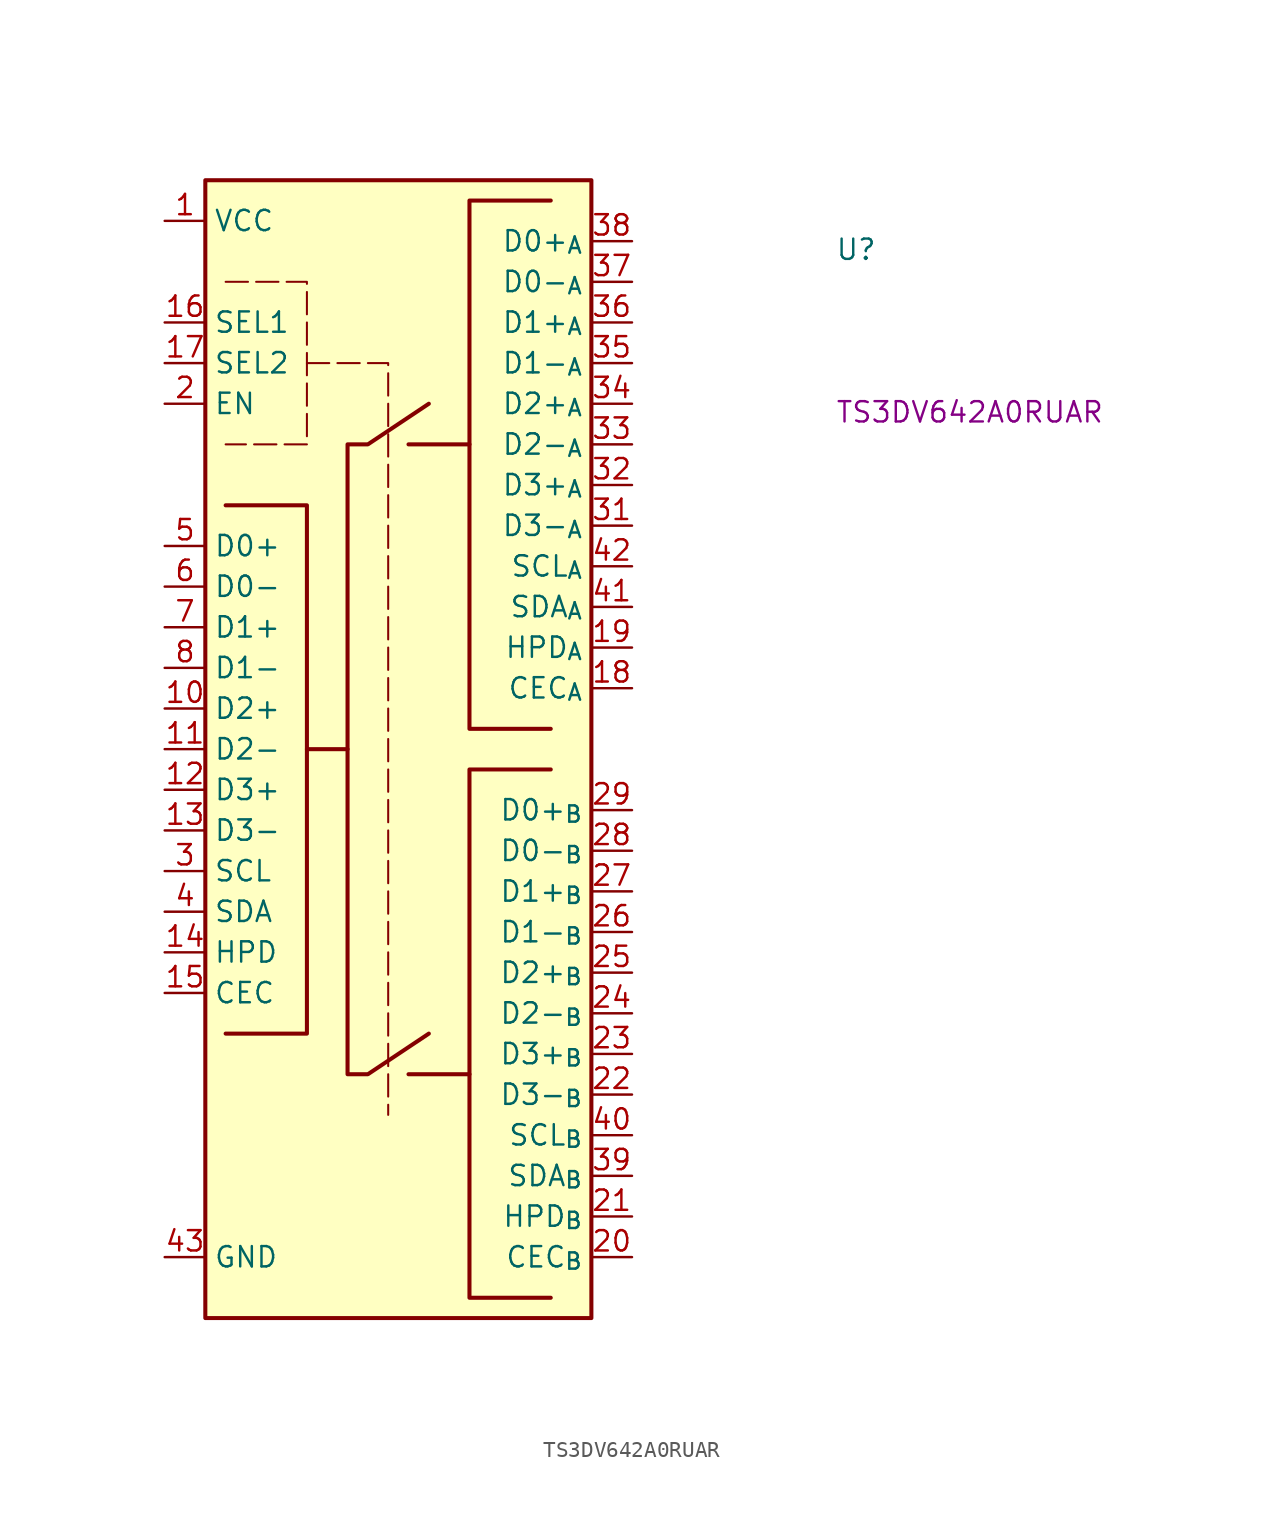
<source format=kicad_sym>
(kicad_symbol_lib
  (version 20220914)
  (generator kicad_symbol_editor)
  (symbol "TS3DV642A0RUAR"
    (property "Reference" "U"
      (at 41.91 -2.54 0)
      (effects (font (size 1.27 1.27) (thickness 0.15)) (justify left bottom)))
    (property "MPN" "TS3DV642A0RUAR"
      (at 41.91 -12.7 0)
      (effects (font (size 1.27 1.27) (thickness 0.15)) (justify left bottom)))
    (symbol "TS3DV642A0RUAR_0_1"
      (polyline (pts (xy 3.81 -17.78) (xy 8.89 -17.78) (xy 8.89 -50.8) (xy 3.81 -50.8)) (stroke (width 0.254) (type default)) (fill (type none)))
      (polyline (pts (xy 24.13 -67.31) (xy 19.05 -67.31) (xy 19.05 -34.29) (xy 24.13 -34.29)) (stroke (width 0.254) (type default)) (fill (type none)))
      (polyline (pts (xy 24.13 -31.75) (xy 19.05 -31.75) (xy 19.05 1.27) (xy 24.13 1.27)) (stroke (width 0.254) (type default)) (fill (type none))))
    (symbol "TS3DV642A0RUAR_1_1"
      (polyline (pts (xy 19.05 -53.34) (xy 15.24 -53.34)) (stroke (width 0.254) (type default)) (fill (type none)))
      (polyline (pts (xy 19.05 -13.97) (xy 15.24 -13.97)) (stroke (width 0.254) (type default)) (fill (type none)))
      (polyline (pts (xy 8.89 -8.89) (xy 13.97 -8.89) (xy 13.97 -55.88)) (stroke (width 0.127) (type dash)) (fill (type none)))
      (polyline (pts (xy 3.81 -3.81) (xy 8.89 -3.81) (xy 8.89 -13.97) (xy 3.81 -13.97)) (stroke (width 0.127) (type dash)) (fill (type none)))
      (polyline (pts (xy 11.43 -33.02) (xy 11.43 -53.34) (xy 12.7 -53.34) (xy 16.51 -50.8)) (stroke (width 0.254) (type default)) (fill (type none)))
      (polyline (pts (xy 8.89 -33.02) (xy 11.43 -33.02) (xy 11.43 -13.97) (xy 12.7 -13.97) (xy 16.51 -11.43)) (stroke (width 0.254) (type default)) (fill (type none)))
      (rectangle (start 2.54 2.54) (end 26.67 -68.58) (stroke (width 0.254) (type default)) (fill (type background)))
      (pin power_in line (at 0 0 0) (length 2.54) (name "VCC" (effects (font (size 1.27 1.27)))) (number "1" (effects (font (size 1.27 1.27)))))
      (pin bidirectional line (at 0 -30.48 0) (length 2.54) (name "D2+" (effects (font (size 1.27 1.27)))) (number "10" (effects (font (size 1.27 1.27)))))
      (pin bidirectional line (at 0 -33.02 0) (length 2.54) (name "D2-" (effects (font (size 1.27 1.27)))) (number "11" (effects (font (size 1.27 1.27)))))
      (pin bidirectional line (at 0 -35.56 0) (length 2.54) (name "D3+" (effects (font (size 1.27 1.27)))) (number "12" (effects (font (size 1.27 1.27)))))
      (pin bidirectional line (at 0 -38.1 0) (length 2.54) (name "D3-" (effects (font (size 1.27 1.27)))) (number "13" (effects (font (size 1.27 1.27)))))
      (pin bidirectional line (at 0 -45.72 0) (length 2.54) (name "HPD" (effects (font (size 1.27 1.27)))) (number "14" (effects (font (size 1.27 1.27)))))
      (pin bidirectional line (at 0 -48.26 0) (length 2.54) (name "CEC" (effects (font (size 1.27 1.27)))) (number "15" (effects (font (size 1.27 1.27)))))
      (pin input line (at 0 -6.35 0) (length 2.54) (name "SEL1" (effects (font (size 1.27 1.27)))) (number "16" (effects (font (size 1.27 1.27)))))
      (pin input line (at 0 -8.89 0) (length 2.54) (name "SEL2" (effects (font (size 1.27 1.27)))) (number "17" (effects (font (size 1.27 1.27)))))
      (pin bidirectional line (at 29.21 -29.21 180) (length 2.54) (name "CEC_{A}" (effects (font (size 1.27 1.27)))) (number "18" (effects (font (size 1.27 1.27)))))
      (pin bidirectional line (at 29.21 -26.67 180) (length 2.54) (name "HPD_{A}" (effects (font (size 1.27 1.27)))) (number "19" (effects (font (size 1.27 1.27)))))
      (pin input line (at 0 -11.43 0) (length 2.54) (name "EN" (effects (font (size 1.27 1.27)))) (number "2" (effects (font (size 1.27 1.27)))))
      (pin bidirectional line (at 29.21 -64.77 180) (length 2.54) (name "CEC_{B}" (effects (font (size 1.27 1.27)))) (number "20" (effects (font (size 1.27 1.27)))))
      (pin bidirectional line (at 29.21 -62.23 180) (length 2.54) (name "HPD_{B}" (effects (font (size 1.27 1.27)))) (number "21" (effects (font (size 1.27 1.27)))))
      (pin bidirectional line (at 29.21 -54.61 180) (length 2.54) (name "D3-_{B}" (effects (font (size 1.27 1.27)))) (number "22" (effects (font (size 1.27 1.27)))))
      (pin bidirectional line (at 29.21 -52.07 180) (length 2.54) (name "D3+_{B}" (effects (font (size 1.27 1.27)))) (number "23" (effects (font (size 1.27 1.27)))))
      (pin bidirectional line (at 29.21 -49.53 180) (length 2.54) (name "D2-_{B}" (effects (font (size 1.27 1.27)))) (number "24" (effects (font (size 1.27 1.27)))))
      (pin bidirectional line (at 29.21 -46.99 180) (length 2.54) (name "D2+_{B}" (effects (font (size 1.27 1.27)))) (number "25" (effects (font (size 1.27 1.27)))))
      (pin bidirectional line (at 29.21 -44.45 180) (length 2.54) (name "D1-_{B}" (effects (font (size 1.27 1.27)))) (number "26" (effects (font (size 1.27 1.27)))))
      (pin bidirectional line (at 29.21 -41.91 180) (length 2.54) (name "D1+_{B}" (effects (font (size 1.27 1.27)))) (number "27" (effects (font (size 1.27 1.27)))))
      (pin bidirectional line (at 29.21 -39.37 180) (length 2.54) (name "D0-_{B}" (effects (font (size 1.27 1.27)))) (number "28" (effects (font (size 1.27 1.27)))))
      (pin bidirectional line (at 29.21 -36.83 180) (length 2.54) (name "D0+_{B}" (effects (font (size 1.27 1.27)))) (number "29" (effects (font (size 1.27 1.27)))))
      (pin bidirectional line (at 0 -40.64 0) (length 2.54) (name "SCL" (effects (font (size 1.27 1.27)))) (number "3" (effects (font (size 1.27 1.27)))))
      (pin no_connect line (at 2.54 -60.96 0) (length 2.54) hide (name "NC" (effects (font (size 1.27 1.27)))) (number "30" (effects (font (size 1.27 1.27)))))
      (pin bidirectional line (at 29.21 -19.05 180) (length 2.54) (name "D3-_{A}" (effects (font (size 1.27 1.27)))) (number "31" (effects (font (size 1.27 1.27)))))
      (pin bidirectional line (at 29.21 -16.51 180) (length 2.54) (name "D3+_{A}" (effects (font (size 1.27 1.27)))) (number "32" (effects (font (size 1.27 1.27)))))
      (pin bidirectional line (at 29.21 -13.97 180) (length 2.54) (name "D2-_{A}" (effects (font (size 1.27 1.27)))) (number "33" (effects (font (size 1.27 1.27)))))
      (pin bidirectional line (at 29.21 -11.43 180) (length 2.54) (name "D2+_{A}" (effects (font (size 1.27 1.27)))) (number "34" (effects (font (size 1.27 1.27)))))
      (pin bidirectional line (at 29.21 -8.89 180) (length 2.54) (name "D1-_{A}" (effects (font (size 1.27 1.27)))) (number "35" (effects (font (size 1.27 1.27)))))
      (pin bidirectional line (at 29.21 -6.35 180) (length 2.54) (name "D1+_{A}" (effects (font (size 1.27 1.27)))) (number "36" (effects (font (size 1.27 1.27)))))
      (pin bidirectional line (at 29.21 -3.81 180) (length 2.54) (name "D0-_{A}" (effects (font (size 1.27 1.27)))) (number "37" (effects (font (size 1.27 1.27)))))
      (pin bidirectional line (at 29.21 -1.27 180) (length 2.54) (name "D0+_{A}" (effects (font (size 1.27 1.27)))) (number "38" (effects (font (size 1.27 1.27)))))
      (pin bidirectional line (at 29.21 -59.69 180) (length 2.54) (name "SDA_{B}" (effects (font (size 1.27 1.27)))) (number "39" (effects (font (size 1.27 1.27)))))
      (pin bidirectional line (at 0 -43.18 0) (length 2.54) (name "SDA" (effects (font (size 1.27 1.27)))) (number "4" (effects (font (size 1.27 1.27)))))
      (pin bidirectional line (at 29.21 -57.15 180) (length 2.54) (name "SCL_{B}" (effects (font (size 1.27 1.27)))) (number "40" (effects (font (size 1.27 1.27)))))
      (pin bidirectional line (at 29.21 -24.13 180) (length 2.54) (name "SDA_{A}" (effects (font (size 1.27 1.27)))) (number "41" (effects (font (size 1.27 1.27)))))
      (pin bidirectional line (at 29.21 -21.59 180) (length 2.54) (name "SCL_{A}" (effects (font (size 1.27 1.27)))) (number "42" (effects (font (size 1.27 1.27)))))
      (pin power_in line (at 0 -64.77 0) (length 2.54) (name "GND" (effects (font (size 1.27 1.27)))) (number "43" (effects (font (size 1.27 1.27)))))
      (pin bidirectional line (at 0 -20.32 0) (length 2.54) (name "D0+" (effects (font (size 1.27 1.27)))) (number "5" (effects (font (size 1.27 1.27)))))
      (pin bidirectional line (at 0 -22.86 0) (length 2.54) (name "D0-" (effects (font (size 1.27 1.27)))) (number "6" (effects (font (size 1.27 1.27)))))
      (pin bidirectional line (at 0 -25.4 0) (length 2.54) (name "D1+" (effects (font (size 1.27 1.27)))) (number "7" (effects (font (size 1.27 1.27)))))
      (pin bidirectional line (at 0 -27.94 0) (length 2.54) (name "D1-" (effects (font (size 1.27 1.27)))) (number "8" (effects (font (size 1.27 1.27)))))
      (pin no_connect line (at 2.54 -58.42 0) (length 2.54) hide (name "NC" (effects (font (size 1.27 1.27)))) (number "9" (effects (font (size 1.27 1.27))))))))
</source>
